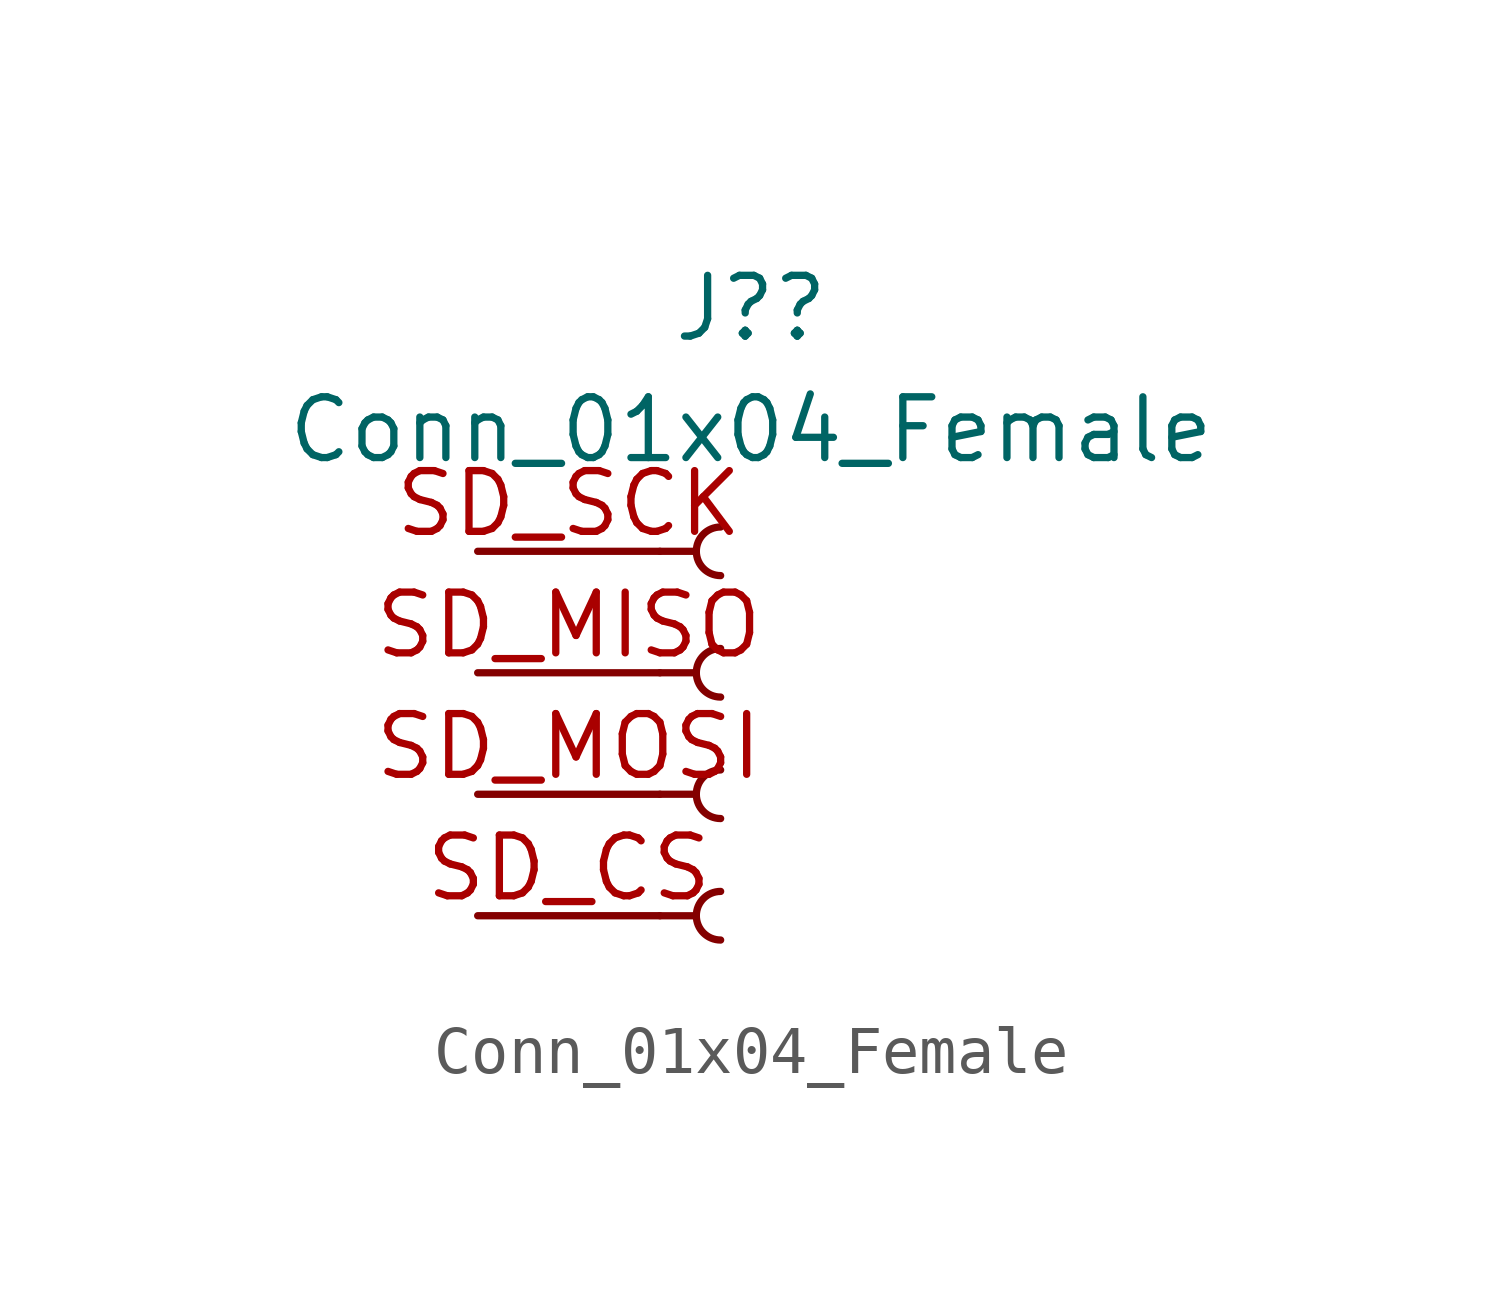
<source format=kicad_sym>
(kicad_symbol_lib
  (version 20211014)
  (generator kicad_symbol_editor)
  (symbol "Conn_01x04_Female"
    (pin_names
      (offset 1.016) hide)
    (property "Reference" "J?"
      (at 0.635 7.62 0)
      (effects (font (size 1.27 1.27))))
    (property "Value" "Conn_01x04_Female"
      (at 0.635 5.08 0)
      (effects (font (size 1.27 1.27))))
    (symbol "Conn_01x04_Female_1_1"
      (arc (start 0 -4.572) (mid -0.508 -5.08) (end 0 -5.588) (stroke (width 0.1524) (type default) (color 0 0 0 0)) (fill (type none)))
      (arc (start 0 -2.032) (mid -0.508 -2.54) (end 0 -3.048) (stroke (width 0.1524) (type default) (color 0 0 0 0)) (fill (type none)))
      (polyline (pts (xy -1.27 -5.08) (xy -0.508 -5.08)) (stroke (width 0.152) (type default) (color 0 0 0 0)) (fill (type none)))
      (polyline (pts (xy -1.27 -2.54) (xy -0.508 -2.54)) (stroke (width 0.152) (type default) (color 0 0 0 0)) (fill (type none)))
      (polyline (pts (xy -1.27 0) (xy -0.508 0)) (stroke (width 0.152) (type default) (color 0 0 0 0)) (fill (type none)))
      (polyline (pts (xy -1.27 2.54) (xy -0.508 2.54)) (stroke (width 0.152) (type default) (color 0 0 0 0)) (fill (type none)))
      (arc (start 0 0.508) (mid -0.508 0) (end 0 -0.508) (stroke (width 0.1524) (type default) (color 0 0 0 0)) (fill (type none)))
      (arc (start 0 3.048) (mid -0.508 2.54) (end 0 2.032) (stroke (width 0.1524) (type default) (color 0 0 0 0)) (fill (type none)))
      (pin passive line (at -5.08 -5.08 0) (length 3.81) (name "Pin_4" (effects (font (size 1.27 1.27)))) (number "SD_CS" (effects (font (size 1.27 1.27)))))
      (pin passive line (at -5.08 0 0) (length 3.81) (name "Pin_2" (effects (font (size 1.27 1.27)))) (number "SD_MISO" (effects (font (size 1.27 1.27)))))
      (pin passive line (at -5.08 -2.54 0) (length 3.81) (name "Pin_3" (effects (font (size 1.27 1.27)))) (number "SD_MOSI" (effects (font (size 1.27 1.27)))))
      (pin passive line (at -5.08 2.54 0) (length 3.81) (name "Pin_1" (effects (font (size 1.27 1.27)))) (number "SD_SCK" (effects (font (size 1.27 1.27))))))))
</source>
